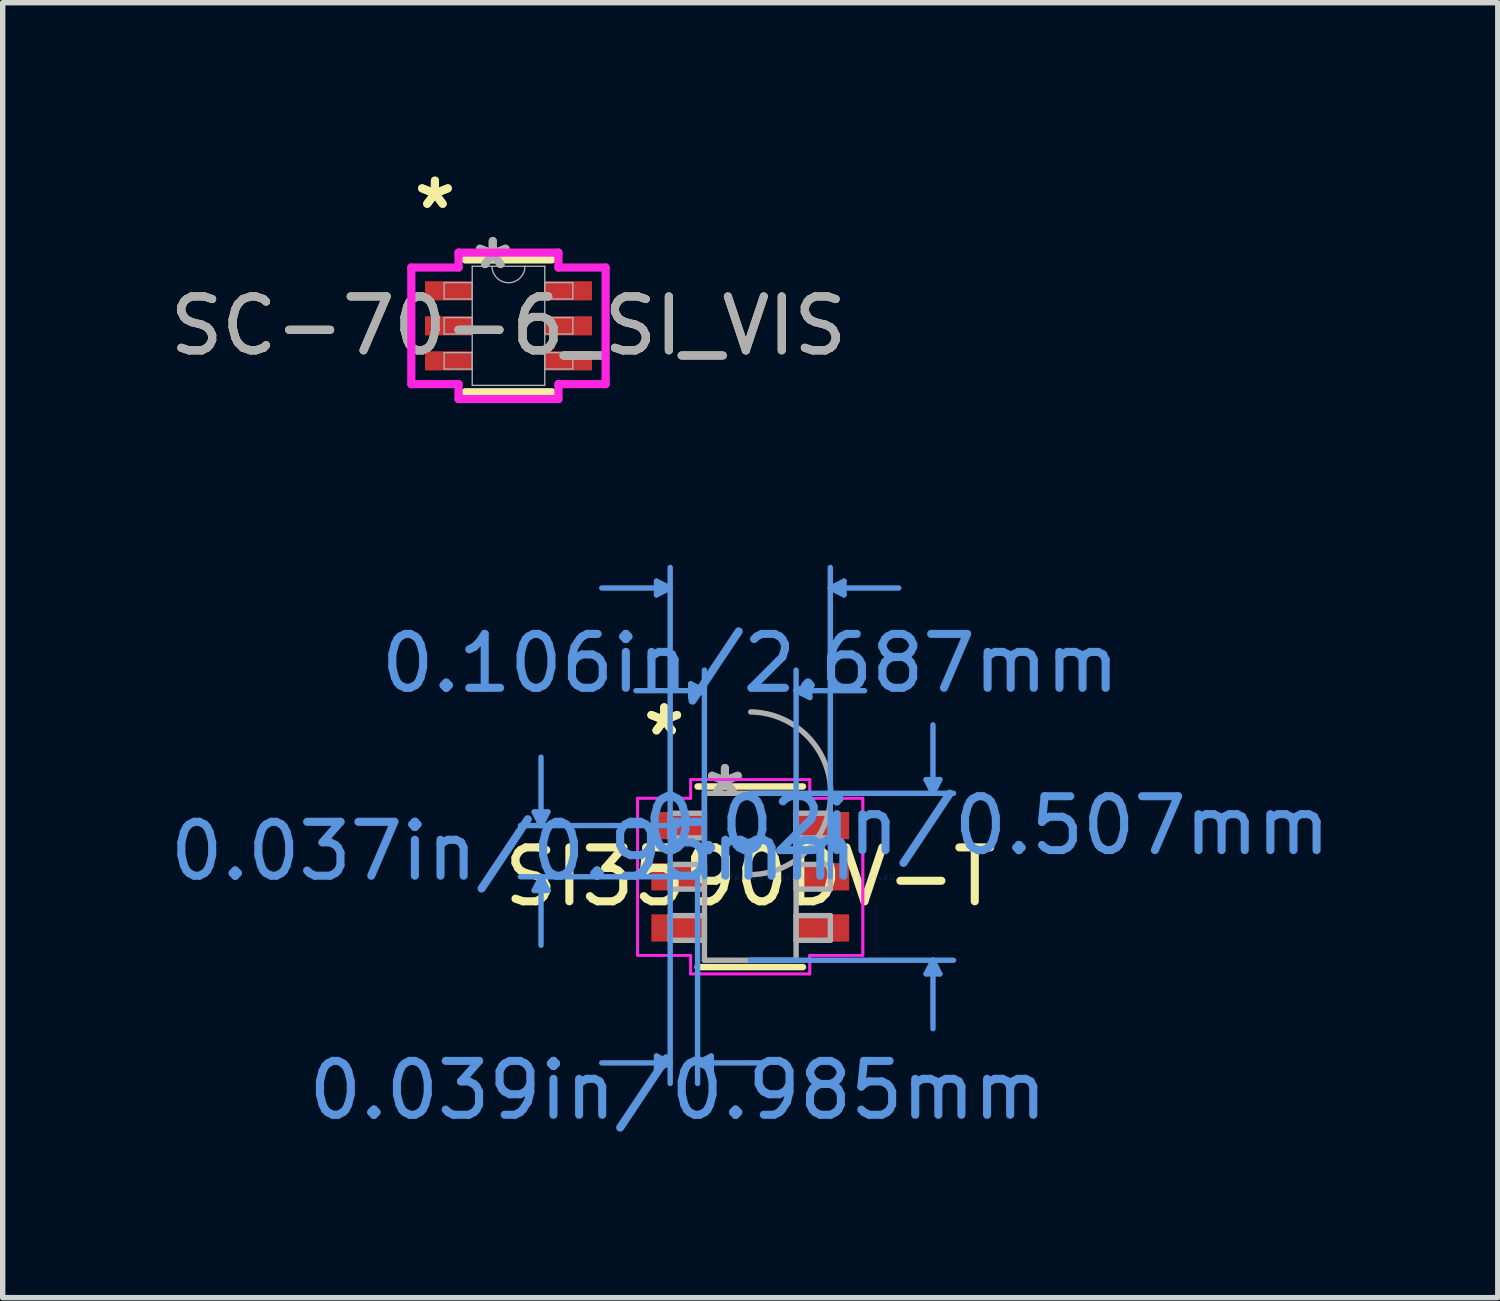
<source format=kicad_pcb>
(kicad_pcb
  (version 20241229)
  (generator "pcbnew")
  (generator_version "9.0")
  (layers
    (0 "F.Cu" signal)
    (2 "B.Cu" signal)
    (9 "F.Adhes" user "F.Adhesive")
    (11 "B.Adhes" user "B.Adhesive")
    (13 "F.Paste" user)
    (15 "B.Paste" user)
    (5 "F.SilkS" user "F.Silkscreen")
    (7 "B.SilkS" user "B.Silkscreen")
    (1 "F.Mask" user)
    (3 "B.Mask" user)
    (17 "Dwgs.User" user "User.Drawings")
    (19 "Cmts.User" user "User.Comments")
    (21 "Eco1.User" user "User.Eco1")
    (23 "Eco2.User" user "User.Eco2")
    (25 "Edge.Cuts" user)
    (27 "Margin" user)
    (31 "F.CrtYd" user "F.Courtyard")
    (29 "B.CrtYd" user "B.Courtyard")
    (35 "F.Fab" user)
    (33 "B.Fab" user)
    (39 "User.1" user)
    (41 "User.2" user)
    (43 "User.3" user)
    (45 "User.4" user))
  (footprint "SI3590DV-T"
    (layer "F.Cu")
    (at 10.874 13.222)
    (property "Reference" "SI3590DV-T" (at 0 0 0) (layer "F.SilkS") (effects (font (size 1 1) (thickness 0.15))))
    (attr through_hole)
    (fp_line (start -0.978 1.676) (end 0.978 1.676) (stroke (width 0.12) (type solid)) (layer "F.SilkS"))
    (fp_line (start 0.978 -1.676) (end -0.978 -1.676) (stroke (width 0.12) (type solid)) (layer "F.SilkS"))
    (fp_line (start -4.01 -1.204) (end -3.756 -1.204) (stroke (width 0.1) (type solid)) (layer "Cmts.User"))
    (fp_line (start -4.01 0.254) (end -3.756 0.254) (stroke (width 0.1) (type solid)) (layer "Cmts.User"))
    (fp_line (start -3.883 -0.95) (end -4.01 -1.204) (stroke (width 0.1) (type solid)) (layer "Cmts.User"))
    (fp_line (start -3.883 -0.95) (end -3.883 -2.22) (stroke (width 0.1) (type solid)) (layer "Cmts.User"))
    (fp_line (start -3.883 -0.95) (end -3.756 -1.204) (stroke (width 0.1) (type solid)) (layer "Cmts.User"))
    (fp_line (start -3.883 0) (end -4.01 0.254) (stroke (width 0.1) (type solid)) (layer "Cmts.User"))
    (fp_line (start -3.883 0) (end -3.883 1.27) (stroke (width 0.1) (type solid)) (layer "Cmts.User"))
    (fp_line (start -3.883 0) (end -3.756 0.254) (stroke (width 0.1) (type solid)) (layer "Cmts.User"))
    (fp_line (start -1.74 -5.486) (end -1.74 -5.232) (stroke (width 0.1) (type solid)) (layer "Cmts.User"))
    (fp_line (start -1.74 3.327) (end -1.74 3.581) (stroke (width 0.1) (type solid)) (layer "Cmts.User"))
    (fp_line (start -1.486 -5.359) (end -2.756 -5.359) (stroke (width 0.1) (type solid)) (layer "Cmts.User"))
    (fp_line (start -1.486 -5.359) (end -1.74 -5.486) (stroke (width 0.1) (type solid)) (layer "Cmts.User"))
    (fp_line (start -1.486 -5.359) (end -1.74 -5.232) (stroke (width 0.1) (type solid)) (layer "Cmts.User"))
    (fp_line (start -1.486 0) (end -1.486 -5.74) (stroke (width 0.1) (type solid)) (layer "Cmts.User"))
    (fp_line (start -1.486 0) (end -1.486 3.835) (stroke (width 0.1) (type solid)) (layer "Cmts.User"))
    (fp_line (start -1.486 3.454) (end -2.756 3.454) (stroke (width 0.1) (type solid)) (layer "Cmts.User"))
    (fp_line (start -1.486 3.454) (end -1.74 3.327) (stroke (width 0.1) (type solid)) (layer "Cmts.User"))
    (fp_line (start -1.486 3.454) (end -1.74 3.581) (stroke (width 0.1) (type solid)) (layer "Cmts.User"))
    (fp_line (start -1.343 -0.95) (end -4.264 -0.95) (stroke (width 0.1) (type solid)) (layer "Cmts.User"))
    (fp_line (start -1.343 0) (end -4.264 0) (stroke (width 0.1) (type solid)) (layer "Cmts.User"))
    (fp_line (start -1.105 -3.581) (end -1.105 -3.327) (stroke (width 0.1) (type solid)) (layer "Cmts.User"))
    (fp_line (start -0.978 0) (end -0.978 3.835) (stroke (width 0.1) (type solid)) (layer "Cmts.User"))
    (fp_line (start -0.978 3.454) (end -0.724 3.327) (stroke (width 0.1) (type solid)) (layer "Cmts.User"))
    (fp_line (start -0.978 3.454) (end -0.724 3.581) (stroke (width 0.1) (type solid)) (layer "Cmts.User"))
    (fp_line (start -0.978 3.454) (end 0.292 3.454) (stroke (width 0.1) (type solid)) (layer "Cmts.User"))
    (fp_line (start -0.851 -3.454) (end -2.121 -3.454) (stroke (width 0.1) (type solid)) (layer "Cmts.User"))
    (fp_line (start -0.851 -3.454) (end -1.105 -3.581) (stroke (width 0.1) (type solid)) (layer "Cmts.User"))
    (fp_line (start -0.851 -3.454) (end -1.105 -3.327) (stroke (width 0.1) (type solid)) (layer "Cmts.User"))
    (fp_line (start -0.851 0) (end -0.851 -3.835) (stroke (width 0.1) (type solid)) (layer "Cmts.User"))
    (fp_line (start -0.724 3.327) (end -0.724 3.581) (stroke (width 0.1) (type solid)) (layer "Cmts.User"))
    (fp_line (start 0 -1.549) (end 3.772 -1.549) (stroke (width 0.1) (type solid)) (layer "Cmts.User"))
    (fp_line (start 0 1.549) (end 3.772 1.549) (stroke (width 0.1) (type solid)) (layer "Cmts.User"))
    (fp_line (start 0.851 -3.454) (end 1.105 -3.581) (stroke (width 0.1) (type solid)) (layer "Cmts.User"))
    (fp_line (start 0.851 -3.454) (end 1.105 -3.327) (stroke (width 0.1) (type solid)) (layer "Cmts.User"))
    (fp_line (start 0.851 -3.454) (end 2.121 -3.454) (stroke (width 0.1) (type solid)) (layer "Cmts.User"))
    (fp_line (start 0.851 0) (end 0.851 -3.835) (stroke (width 0.1) (type solid)) (layer "Cmts.User"))
    (fp_line (start 1.105 -3.581) (end 1.105 -3.327) (stroke (width 0.1) (type solid)) (layer "Cmts.User"))
    (fp_line (start 1.486 -5.359) (end 1.74 -5.486) (stroke (width 0.1) (type solid)) (layer "Cmts.User"))
    (fp_line (start 1.486 -5.359) (end 1.74 -5.232) (stroke (width 0.1) (type solid)) (layer "Cmts.User"))
    (fp_line (start 1.486 -5.359) (end 2.756 -5.359) (stroke (width 0.1) (type solid)) (layer "Cmts.User"))
    (fp_line (start 1.486 0) (end 1.486 -5.74) (stroke (width 0.1) (type solid)) (layer "Cmts.User"))
    (fp_line (start 1.74 -5.486) (end 1.74 -5.232) (stroke (width 0.1) (type solid)) (layer "Cmts.User"))
    (fp_line (start 3.264 -1.803) (end 3.518 -1.803) (stroke (width 0.1) (type solid)) (layer "Cmts.User"))
    (fp_line (start 3.264 1.803) (end 3.518 1.803) (stroke (width 0.1) (type solid)) (layer "Cmts.User"))
    (fp_line (start 3.391 -1.549) (end 3.264 -1.803) (stroke (width 0.1) (type solid)) (layer "Cmts.User"))
    (fp_line (start 3.391 -1.549) (end 3.391 -2.819) (stroke (width 0.1) (type solid)) (layer "Cmts.User"))
    (fp_line (start 3.391 -1.549) (end 3.518 -1.803) (stroke (width 0.1) (type solid)) (layer "Cmts.User"))
    (fp_line (start 3.391 1.549) (end 3.264 1.803) (stroke (width 0.1) (type solid)) (layer "Cmts.User"))
    (fp_line (start 3.391 1.549) (end 3.391 2.819) (stroke (width 0.1) (type solid)) (layer "Cmts.User"))
    (fp_line (start 3.391 1.549) (end 3.518 1.803) (stroke (width 0.1) (type solid)) (layer "Cmts.User"))
    (fp_line (start -2.09 -1.458) (end -1.105 -1.458) (stroke (width 0.05) (type solid)) (layer "F.CrtYd"))
    (fp_line (start -2.09 -1.458) (end -1.105 -1.458) (stroke (width 0.05) (type solid)) (layer "F.CrtYd"))
    (fp_line (start -2.09 1.458) (end -2.09 -1.458) (stroke (width 0.05) (type solid)) (layer "F.CrtYd"))
    (fp_line (start -2.09 1.458) (end -2.09 -1.458) (stroke (width 0.05) (type solid)) (layer "F.CrtYd"))
    (fp_line (start -2.09 1.458) (end -1.105 1.458) (stroke (width 0.05) (type solid)) (layer "F.CrtYd"))
    (fp_line (start -1.105 -1.803) (end 1.105 -1.803) (stroke (width 0.05) (type solid)) (layer "F.CrtYd"))
    (fp_line (start -1.105 -1.803) (end 1.105 -1.803) (stroke (width 0.05) (type solid)) (layer "F.CrtYd"))
    (fp_line (start -1.105 -1.458) (end -1.105 -1.803) (stroke (width 0.05) (type solid)) (layer "F.CrtYd"))
    (fp_line (start -1.105 -1.458) (end -1.105 -1.803) (stroke (width 0.05) (type solid)) (layer "F.CrtYd"))
    (fp_line (start -1.105 1.458) (end -2.09 1.458) (stroke (width 0.05) (type solid)) (layer "F.CrtYd"))
    (fp_line (start -1.105 1.803) (end -1.105 1.458) (stroke (width 0.05) (type solid)) (layer "F.CrtYd"))
    (fp_line (start -1.105 1.803) (end -1.105 1.458) (stroke (width 0.05) (type solid)) (layer "F.CrtYd"))
    (fp_line (start 1.105 -1.803) (end 1.105 -1.458) (stroke (width 0.05) (type solid)) (layer "F.CrtYd"))
    (fp_line (start 1.105 -1.803) (end 1.105 -1.458) (stroke (width 0.05) (type solid)) (layer "F.CrtYd"))
    (fp_line (start 1.105 -1.458) (end 2.09 -1.458) (stroke (width 0.05) (type solid)) (layer "F.CrtYd"))
    (fp_line (start 1.105 1.458) (end 1.105 1.803) (stroke (width 0.05) (type solid)) (layer "F.CrtYd"))
    (fp_line (start 1.105 1.458) (end 1.105 1.803) (stroke (width 0.05) (type solid)) (layer "F.CrtYd"))
    (fp_line (start 1.105 1.803) (end -1.105 1.803) (stroke (width 0.05) (type solid)) (layer "F.CrtYd"))
    (fp_line (start 1.105 1.803) (end -1.105 1.803) (stroke (width 0.05) (type solid)) (layer "F.CrtYd"))
    (fp_line (start 2.09 -1.458) (end 1.105 -1.458) (stroke (width 0.05) (type solid)) (layer "F.CrtYd"))
    (fp_line (start 2.09 -1.458) (end 2.09 1.458) (stroke (width 0.05) (type solid)) (layer "F.CrtYd"))
    (fp_line (start 2.09 -1.458) (end 2.09 1.458) (stroke (width 0.05) (type solid)) (layer "F.CrtYd"))
    (fp_line (start 2.09 1.458) (end 1.105 1.458) (stroke (width 0.05) (type solid)) (layer "F.CrtYd"))
    (fp_line (start 2.09 1.458) (end 1.105 1.458) (stroke (width 0.05) (type solid)) (layer "F.CrtYd"))
    (fp_line (start -1.486 -1.179) (end -1.486 -0.721) (stroke (width 0.1) (type solid)) (layer "F.Fab"))
    (fp_line (start -1.486 -0.721) (end -0.851 -0.721) (stroke (width 0.1) (type solid)) (layer "F.Fab"))
    (fp_line (start -1.486 -0.229) (end -1.486 0.229) (stroke (width 0.1) (type solid)) (layer "F.Fab"))
    (fp_line (start -1.486 0.229) (end -0.851 0.229) (stroke (width 0.1) (type solid)) (layer "F.Fab"))
    (fp_line (start -1.486 0.721) (end -1.486 1.179) (stroke (width 0.1) (type solid)) (layer "F.Fab"))
    (fp_line (start -1.486 1.179) (end -0.851 1.179) (stroke (width 0.1) (type solid)) (layer "F.Fab"))
    (fp_line (start -0.851 -1.549) (end -0.851 1.549) (stroke (width 0.1) (type solid)) (layer "F.Fab"))
    (fp_line (start -0.851 -1.179) (end -1.486 -1.179) (stroke (width 0.1) (type solid)) (layer "F.Fab"))
    (fp_line (start -0.851 -0.721) (end -0.851 -1.179) (stroke (width 0.1) (type solid)) (layer "F.Fab"))
    (fp_line (start -0.851 -0.229) (end -1.486 -0.229) (stroke (width 0.1) (type solid)) (layer "F.Fab"))
    (fp_line (start -0.851 0.229) (end -0.851 -0.229) (stroke (width 0.1) (type solid)) (layer "F.Fab"))
    (fp_line (start -0.851 0.721) (end -1.486 0.721) (stroke (width 0.1) (type solid)) (layer "F.Fab"))
    (fp_line (start -0.851 1.179) (end -0.851 0.721) (stroke (width 0.1) (type solid)) (layer "F.Fab"))
    (fp_line (start -0.851 1.549) (end 0.851 1.549) (stroke (width 0.1) (type solid)) (layer "F.Fab"))
    (fp_line (start 0.851 -1.549) (end -0.851 -1.549) (stroke (width 0.1) (type solid)) (layer "F.Fab"))
    (fp_line (start 0.851 -1.179) (end 0.851 -0.721) (stroke (width 0.1) (type solid)) (layer "F.Fab"))
    (fp_line (start 0.851 -0.721) (end 1.486 -0.721) (stroke (width 0.1) (type solid)) (layer "F.Fab"))
    (fp_line (start 0.851 -0.229) (end 0.851 0.229) (stroke (width 0.1) (type solid)) (layer "F.Fab"))
    (fp_line (start 0.851 0.229) (end 1.486 0.229) (stroke (width 0.1) (type solid)) (layer "F.Fab"))
    (fp_line (start 0.851 0.721) (end 0.851 1.179) (stroke (width 0.1) (type solid)) (layer "F.Fab"))
    (fp_line (start 0.851 1.179) (end 1.486 1.179) (stroke (width 0.1) (type solid)) (layer "F.Fab"))
    (fp_line (start 0.851 1.549) (end 0.851 -1.549) (stroke (width 0.1) (type solid)) (layer "F.Fab"))
    (fp_line (start 1.486 -1.179) (end 0.851 -1.179) (stroke (width 0.1) (type solid)) (layer "F.Fab"))
    (fp_line (start 1.486 -0.721) (end 1.486 -1.179) (stroke (width 0.1) (type solid)) (layer "F.Fab"))
    (fp_line (start 1.486 -0.229) (end 0.851 -0.229) (stroke (width 0.1) (type solid)) (layer "F.Fab"))
    (fp_line (start 1.486 0.229) (end 1.486 -0.229) (stroke (width 0.1) (type solid)) (layer "F.Fab"))
    (fp_line (start 1.486 0.721) (end 0.851 0.721) (stroke (width 0.1) (type solid)) (layer "F.Fab"))
    (fp_line (start 1.486 1.179) (end 1.486 0.721) (stroke (width 0.1) (type solid)) (layer "F.Fab"))
    (fp_arc (start 0.007742 -3.059445) (mid 1.510045 -1.541658) (end -0.007742 -0.039355) (stroke (width 0.1) (type solid)) (layer "F.Fab"))
    (fp_text user "*" (at -1.597 -2.6 0) (layer "F.SilkS") (effects (font (size 1 1) (thickness 0.15))))
    (fp_text user "*" (at -1.597 -2.6 0) (layer "F.SilkS") (effects (font (size 1 1) (thickness 0.15))))
    (fp_text user "0.039in/0.985mm" (at -1.343 3.962 0) (layer "Cmts.User") (effects (font (size 1 1) (thickness 0.15))))
    (fp_text user "0.106in/2.687mm" (at 0 -3.962 0) (layer "Cmts.User") (effects (font (size 1 1) (thickness 0.15))))
    (fp_text user "0.02in/0.507mm" (at 4.391 -0.95 0) (layer "Cmts.User") (effects (font (size 1 1) (thickness 0.15))))
    (fp_text user "0.037in/0.95mm" (at -4.391 -0.475 0) (layer "Cmts.User") (effects (font (size 1 1) (thickness 0.15))))
    (fp_text user "Copyright 2021 Accelerated Designs. All rights reserved." (at 0 0 0) (layer "Cmts.User") (effects (font (size 0.127 0.127) (thickness 0.002))))
    (fp_text user "*" (at -0.47 -1.473 0) (layer "F.Fab") (effects (font (size 1 1) (thickness 0.15))))
    (fp_text user "*" (at -0.47 -1.473 0) (layer "F.Fab") (effects (font (size 1 1) (thickness 0.15))))
    (pad "1" smd rect (at -1.343 -0.95) (size 0.985 0.507) (layers "F.Cu" "F.Mask" "F.Paste"))
    (pad "2" smd rect (at -1.343 0) (size 0.985 0.507) (layers "F.Cu" "F.Mask" "F.Paste"))
    (pad "3" smd rect (at -1.343 0.95) (size 0.985 0.507) (layers "F.Cu" "F.Mask" "F.Paste"))
    (pad "4" smd rect (at 1.343 0.95) (size 0.985 0.507) (layers "F.Cu" "F.Mask" "F.Paste"))
    (pad "5" smd rect (at 1.343 0) (size 0.985 0.507) (layers "F.Cu" "F.Mask" "F.Paste"))
    (pad "6" smd rect (at 1.343 -0.95) (size 0.985 0.507) (layers "F.Cu" "F.Mask" "F.Paste")))
  (footprint "SC-70-6_SI_VIS"
    (layer "F.Cu")
    (at 6.387 2.997)
    (property "Reference" "SC-70-6_SI_VIS" (at 0 0 0) (unlocked yes) (layer "F.SilkS") (effects (font (size 1 1) (thickness 0.15))))
    (attr smd)
    (fp_line (start -0.8 1.232) (end 0.8 1.232) (stroke (width 0.152) (type solid)) (layer "F.SilkS"))
    (fp_line (start 0.8 -1.232) (end -0.8 -1.232) (stroke (width 0.152) (type solid)) (layer "F.SilkS"))
    (fp_line (start -1.803 -1.082) (end -0.927 -1.082) (stroke (width 0.152) (type solid)) (layer "F.CrtYd"))
    (fp_line (start -1.803 1.082) (end -1.803 -1.082) (stroke (width 0.152) (type solid)) (layer "F.CrtYd"))
    (fp_line (start -1.803 1.082) (end -0.927 1.082) (stroke (width 0.152) (type solid)) (layer "F.CrtYd"))
    (fp_line (start -0.927 -1.359) (end 0.927 -1.359) (stroke (width 0.152) (type solid)) (layer "F.CrtYd"))
    (fp_line (start -0.927 -1.082) (end -0.927 -1.359) (stroke (width 0.152) (type solid)) (layer "F.CrtYd"))
    (fp_line (start -0.927 1.359) (end -0.927 1.082) (stroke (width 0.152) (type solid)) (layer "F.CrtYd"))
    (fp_line (start 0.927 -1.359) (end 0.927 -1.082) (stroke (width 0.152) (type solid)) (layer "F.CrtYd"))
    (fp_line (start 0.927 1.082) (end 0.927 1.359) (stroke (width 0.152) (type solid)) (layer "F.CrtYd"))
    (fp_line (start 0.927 1.359) (end -0.927 1.359) (stroke (width 0.152) (type solid)) (layer "F.CrtYd"))
    (fp_line (start 1.803 -1.082) (end 0.927 -1.082) (stroke (width 0.152) (type solid)) (layer "F.CrtYd"))
    (fp_line (start 1.803 -1.082) (end 1.803 1.082) (stroke (width 0.152) (type solid)) (layer "F.CrtYd"))
    (fp_line (start 1.803 1.082) (end 0.927 1.082) (stroke (width 0.152) (type solid)) (layer "F.CrtYd"))
    (fp_line (start -1.194 -0.802) (end -1.194 -0.498) (stroke (width 0.025) (type solid)) (layer "F.Fab"))
    (fp_line (start -1.194 -0.498) (end -0.673 -0.498) (stroke (width 0.025) (type solid)) (layer "F.Fab"))
    (fp_line (start -1.194 -0.152) (end -1.194 0.152) (stroke (width 0.025) (type solid)) (layer "F.Fab"))
    (fp_line (start -1.194 0.152) (end -0.673 0.152) (stroke (width 0.025) (type solid)) (layer "F.Fab"))
    (fp_line (start -1.194 0.498) (end -1.194 0.802) (stroke (width 0.025) (type solid)) (layer "F.Fab"))
    (fp_line (start -1.194 0.802) (end -0.673 0.802) (stroke (width 0.025) (type solid)) (layer "F.Fab"))
    (fp_line (start -0.673 -1.105) (end -0.673 1.105) (stroke (width 0.025) (type solid)) (layer "F.Fab"))
    (fp_line (start -0.673 -0.802) (end -1.194 -0.802) (stroke (width 0.025) (type solid)) (layer "F.Fab"))
    (fp_line (start -0.673 -0.498) (end -0.673 -0.802) (stroke (width 0.025) (type solid)) (layer "F.Fab"))
    (fp_line (start -0.673 -0.152) (end -1.194 -0.152) (stroke (width 0.025) (type solid)) (layer "F.Fab"))
    (fp_line (start -0.673 0.152) (end -0.673 -0.152) (stroke (width 0.025) (type solid)) (layer "F.Fab"))
    (fp_line (start -0.673 0.498) (end -1.194 0.498) (stroke (width 0.025) (type solid)) (layer "F.Fab"))
    (fp_line (start -0.673 0.802) (end -0.673 0.498) (stroke (width 0.025) (type solid)) (layer "F.Fab"))
    (fp_line (start -0.673 1.105) (end 0.673 1.105) (stroke (width 0.025) (type solid)) (layer "F.Fab"))
    (fp_line (start 0.673 -1.105) (end -0.673 -1.105) (stroke (width 0.025) (type solid)) (layer "F.Fab"))
    (fp_line (start 0.673 -0.802) (end 0.673 -0.498) (stroke (width 0.025) (type solid)) (layer "F.Fab"))
    (fp_line (start 0.673 -0.498) (end 1.194 -0.498) (stroke (width 0.025) (type solid)) (layer "F.Fab"))
    (fp_line (start 0.673 -0.152) (end 0.673 0.152) (stroke (width 0.025) (type solid)) (layer "F.Fab"))
    (fp_line (start 0.673 0.152) (end 1.194 0.152) (stroke (width 0.025) (type solid)) (layer "F.Fab"))
    (fp_line (start 0.673 0.498) (end 0.673 0.802) (stroke (width 0.025) (type solid)) (layer "F.Fab"))
    (fp_line (start 0.673 0.802) (end 1.194 0.802) (stroke (width 0.025) (type solid)) (layer "F.Fab"))
    (fp_line (start 0.673 1.105) (end 0.673 -1.105) (stroke (width 0.025) (type solid)) (layer "F.Fab"))
    (fp_line (start 1.194 -0.802) (end 0.673 -0.802) (stroke (width 0.025) (type solid)) (layer "F.Fab"))
    (fp_line (start 1.194 -0.498) (end 1.194 -0.802) (stroke (width 0.025) (type solid)) (layer "F.Fab"))
    (fp_line (start 1.194 -0.152) (end 0.673 -0.152) (stroke (width 0.025) (type solid)) (layer "F.Fab"))
    (fp_line (start 1.194 0.152) (end 1.194 -0.152) (stroke (width 0.025) (type solid)) (layer "F.Fab"))
    (fp_line (start 1.194 0.498) (end 0.673 0.498) (stroke (width 0.025) (type solid)) (layer "F.Fab"))
    (fp_line (start 1.194 0.802) (end 1.194 0.498) (stroke (width 0.025) (type solid)) (layer "F.Fab"))
    (fp_arc (start 0.3048 -1.1049) (mid 0 -0.8001) (end -0.3048 -1.1049) (stroke (width 0.0254) (type solid)) (layer "F.Fab"))
    (fp_text user "*" (at -1.365 -2.149 0) (layer "F.SilkS") (effects (font (size 1 1) (thickness 0.15))))
    (fp_text user "*" (at -1.365 -2.149 0) (unlocked yes) (layer "F.SilkS") (effects (font (size 1 1) (thickness 0.15))))
    (fp_text user "*" (at -0.292 -1.029 0) (unlocked yes) (layer "F.Fab") (effects (font (size 1 1) (thickness 0.15))))
    (fp_text user "*" (at -0.292 -1.029 0) (layer "F.Fab") (effects (font (size 1 1) (thickness 0.15))))
    (fp_text user "${REFERENCE}" (at 0 0 0) (unlocked yes) (layer "F.Fab") (effects (font (size 1 1) (thickness 0.15))))
    (pad "1" smd rect (at -1.111 -0.65) (size 0.876 0.356) (layers "F.Cu" "F.Mask" "F.Paste"))
    (pad "2" smd rect (at -1.111 0) (size 0.876 0.356) (layers "F.Cu" "F.Mask" "F.Paste"))
    (pad "3" smd rect (at -1.111 0.65) (size 0.876 0.356) (layers "F.Cu" "F.Mask" "F.Paste"))
    (pad "4" smd rect (at 1.111 0.65) (size 0.876 0.356) (layers "F.Cu" "F.Mask" "F.Paste"))
    (pad "5" smd rect (at 1.111 0) (size 0.876 0.356) (layers "F.Cu" "F.Mask" "F.Paste"))
    (pad "6" smd rect (at 1.111 -0.65) (size 0.876 0.356) (layers "F.Cu" "F.Mask" "F.Paste")))
  (gr_rect
    (start -3 -3)
    (end 24.747 21.033)
    (stroke (width 0.1) (type default))
    (fill no)
    (layer "Edge.Cuts")))
</source>
